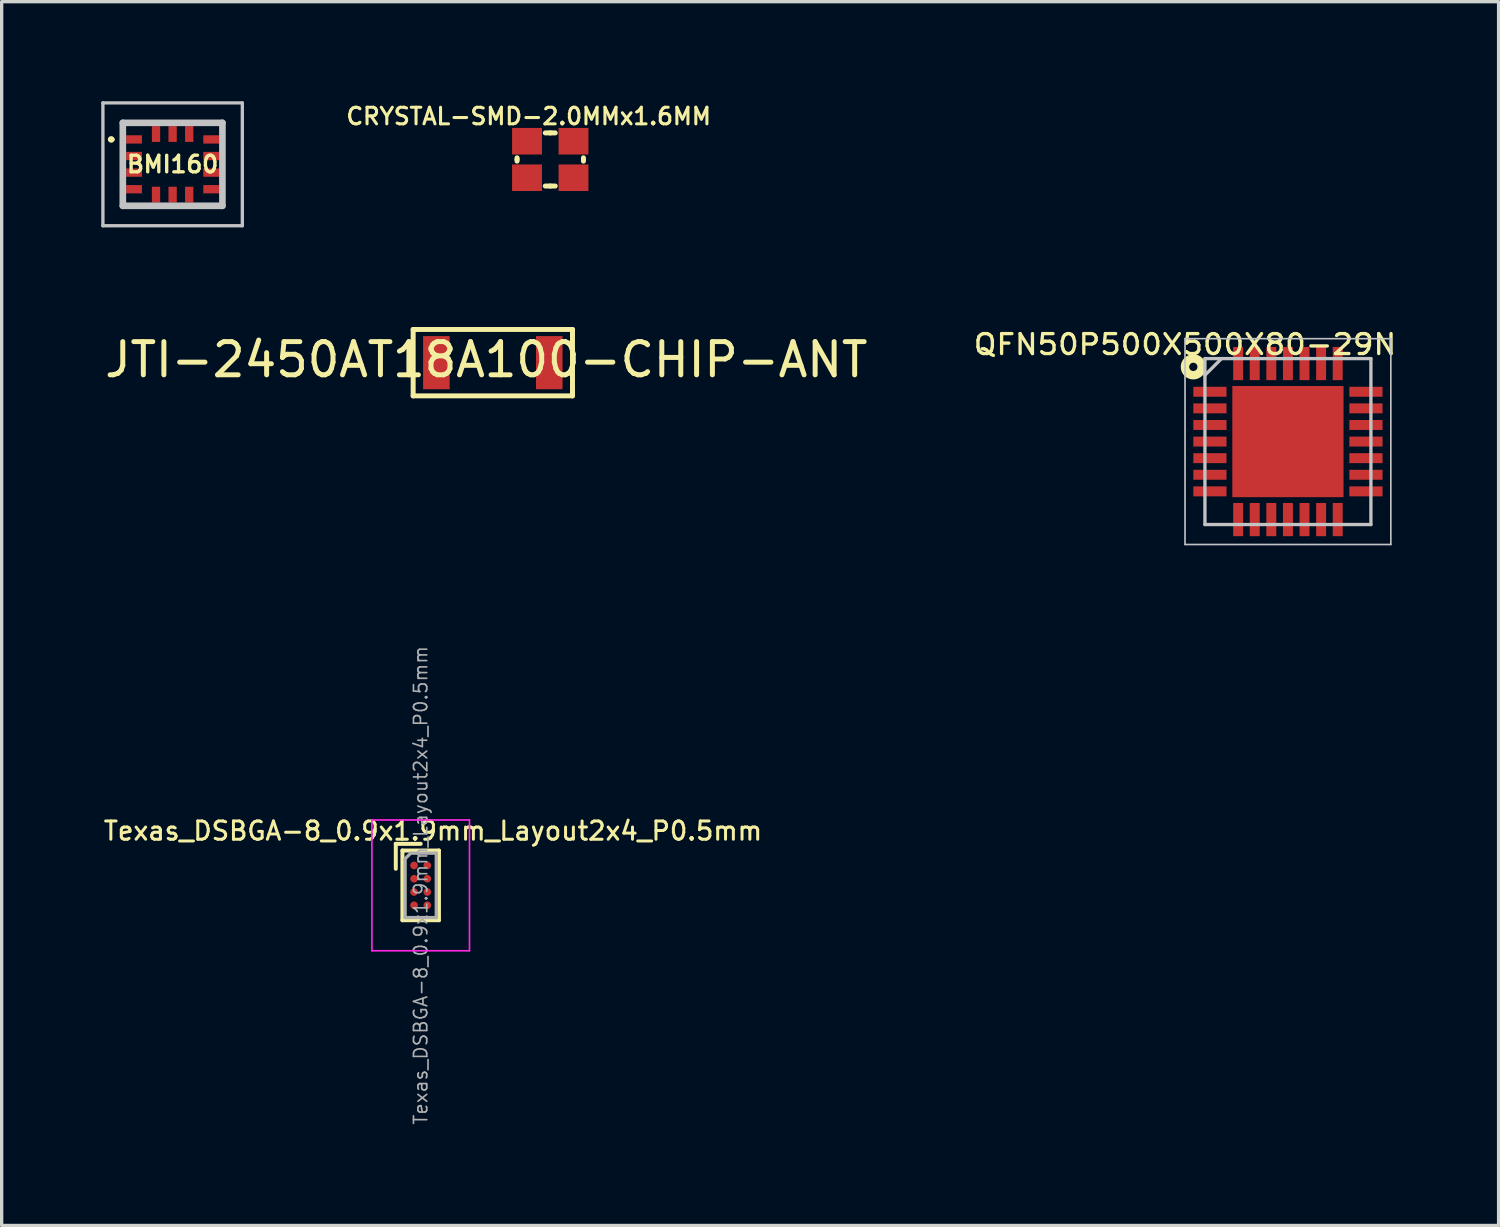
<source format=kicad_pcb>
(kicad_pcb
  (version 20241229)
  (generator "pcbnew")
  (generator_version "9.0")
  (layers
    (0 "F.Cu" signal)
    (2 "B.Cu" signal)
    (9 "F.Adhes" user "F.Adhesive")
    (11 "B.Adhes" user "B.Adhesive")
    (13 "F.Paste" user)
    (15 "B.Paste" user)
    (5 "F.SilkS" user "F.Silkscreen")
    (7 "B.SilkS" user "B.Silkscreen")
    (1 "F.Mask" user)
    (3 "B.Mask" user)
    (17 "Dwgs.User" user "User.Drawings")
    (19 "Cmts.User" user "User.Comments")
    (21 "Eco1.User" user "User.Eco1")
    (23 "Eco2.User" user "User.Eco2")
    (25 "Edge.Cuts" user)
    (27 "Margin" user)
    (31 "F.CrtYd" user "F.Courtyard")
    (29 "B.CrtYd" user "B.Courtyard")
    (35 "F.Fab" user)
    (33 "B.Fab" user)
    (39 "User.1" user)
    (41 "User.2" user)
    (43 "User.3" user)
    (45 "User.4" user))
  (footprint "CRYSTAL-SMD-2.0MMx1.6MM"
    (layer "F.Cu")
    (at 13.526 1.754)
    (property "Reference" "CRYSTAL-SMD-2.0MMx1.6MM" (at -0.65 -1.3 0) (layer "F.SilkS") (effects (font (size 0.5 0.5) (thickness 0.092))))
    (attr through_hole)
    (fp_line (start -1 0) (end -1 -0.05) (stroke (width 0.15) (type solid)) (layer "F.SilkS"))
    (fp_line (start -1 0) (end -1 0.05) (stroke (width 0.15) (type solid)) (layer "F.SilkS"))
    (fp_line (start 0 -0.8) (end -0.15 -0.8) (stroke (width 0.15) (type solid)) (layer "F.SilkS"))
    (fp_line (start 0 -0.8) (end 0.15 -0.8) (stroke (width 0.15) (type solid)) (layer "F.SilkS"))
    (fp_line (start 0 0.8) (end -0.15 0.8) (stroke (width 0.15) (type solid)) (layer "F.SilkS"))
    (fp_line (start 0 0.8) (end 0.15 0.8) (stroke (width 0.15) (type solid)) (layer "F.SilkS"))
    (fp_line (start 1 0) (end 1 -0.05) (stroke (width 0.15) (type solid)) (layer "F.SilkS"))
    (fp_line (start 1 0) (end 1 0.05) (stroke (width 0.15) (type solid)) (layer "F.SilkS"))
    (pad "1" smd rect (at -0.7 0.55) (size 0.9 0.8) (layers "F.Cu" "F.Mask" "F.Paste"))
    (pad "2" smd rect (at 0.7 0.55) (size 0.9 0.8) (layers "F.Cu" "F.Mask" "F.Paste"))
    (pad "3" smd rect (at 0.7 -0.55) (size 0.9 0.8) (layers "F.Cu" "F.Mask" "F.Paste"))
    (pad "4" smd rect (at -0.7 -0.55) (size 0.9 0.8) (layers "F.Cu" "F.Mask" "F.Paste")))
  (footprint "QFN50P500X500X80-29N"
    (layer "F.Cu")
    (at 35.748 10.252)
    (property "Reference" "QFN50P500X500X80-29N" (at -3.1 -2.925 180) (layer "F.SilkS") (effects (font (size 0.6 0.65) (thickness 0.1))))
    (attr smd)
    (fp_circle (center -2.85 -2.25) (end -2.725 -2.25) (stroke (width 0.254) (type solid)) (fill no) (layer "F.SilkS"))
    (fp_line (start -3.1 -3.1) (end 3.1 -3.1) (stroke (width 0.05) (type solid)) (layer "Dwgs.User"))
    (fp_line (start -3.1 3.1) (end -3.1 -3.1) (stroke (width 0.05) (type solid)) (layer "Dwgs.User"))
    (fp_line (start -2.5 -2.5) (end 2.5 -2.5) (stroke (width 0.1) (type solid)) (layer "Dwgs.User"))
    (fp_line (start -2.5 -2) (end -2 -2.5) (stroke (width 0.1) (type solid)) (layer "Dwgs.User"))
    (fp_line (start -2.5 2.5) (end -2.5 -2.5) (stroke (width 0.1) (type solid)) (layer "Dwgs.User"))
    (fp_line (start 2.5 -2.5) (end 2.5 2.5) (stroke (width 0.1) (type solid)) (layer "Dwgs.User"))
    (fp_line (start 2.5 2.5) (end -2.5 2.5) (stroke (width 0.1) (type solid)) (layer "Dwgs.User"))
    (fp_line (start 3.1 -3.1) (end 3.1 3.1) (stroke (width 0.05) (type solid)) (layer "Dwgs.User"))
    (fp_line (start 3.1 3.1) (end -3.1 3.1) (stroke (width 0.05) (type solid)) (layer "Dwgs.User"))
    (pad "1" smd rect (at -2.35 -1.5 90) (size 0.3 1) (layers "F.Cu" "F.Mask" "F.Paste"))
    (pad "2" smd rect (at -2.35 -1 90) (size 0.3 1) (layers "F.Cu" "F.Mask" "F.Paste"))
    (pad "3" smd rect (at -2.35 -0.5 90) (size 0.3 1) (layers "F.Cu" "F.Mask" "F.Paste"))
    (pad "4" smd rect (at -2.35 0 90) (size 0.3 1) (layers "F.Cu" "F.Mask" "F.Paste"))
    (pad "5" smd rect (at -2.35 0.5 90) (size 0.3 1) (layers "F.Cu" "F.Mask" "F.Paste"))
    (pad "6" smd rect (at -2.35 1 90) (size 0.3 1) (layers "F.Cu" "F.Mask" "F.Paste"))
    (pad "7" smd rect (at -2.35 1.5 90) (size 0.3 1) (layers "F.Cu" "F.Mask" "F.Paste"))
    (pad "8" smd rect (at -1.5 2.35) (size 0.3 1) (layers "F.Cu" "F.Mask" "F.Paste"))
    (pad "9" smd rect (at -1 2.35) (size 0.3 1) (layers "F.Cu" "F.Mask" "F.Paste"))
    (pad "10" smd rect (at -0.5 2.35) (size 0.3 1) (layers "F.Cu" "F.Mask" "F.Paste"))
    (pad "11" smd rect (at 0 2.35) (size 0.3 1) (layers "F.Cu" "F.Mask" "F.Paste"))
    (pad "12" smd rect (at 0.5 2.35) (size 0.3 1) (layers "F.Cu" "F.Mask" "F.Paste"))
    (pad "13" smd rect (at 1 2.35) (size 0.3 1) (layers "F.Cu" "F.Mask" "F.Paste"))
    (pad "14" smd rect (at 1.5 2.35) (size 0.3 1) (layers "F.Cu" "F.Mask" "F.Paste"))
    (pad "15" smd rect (at 2.35 1.5 90) (size 0.3 1) (layers "F.Cu" "F.Mask" "F.Paste"))
    (pad "16" smd rect (at 2.35 1 90) (size 0.3 1) (layers "F.Cu" "F.Mask" "F.Paste"))
    (pad "17" smd rect (at 2.35 0.5 90) (size 0.3 1) (layers "F.Cu" "F.Mask" "F.Paste"))
    (pad "18" smd rect (at 2.35 0 90) (size 0.3 1) (layers "F.Cu" "F.Mask" "F.Paste"))
    (pad "19" smd rect (at 2.35 -0.5 90) (size 0.3 1) (layers "F.Cu" "F.Mask" "F.Paste"))
    (pad "20" smd rect (at 2.35 -1 90) (size 0.3 1) (layers "F.Cu" "F.Mask" "F.Paste"))
    (pad "21" smd rect (at 2.35 -1.5 90) (size 0.3 1) (layers "F.Cu" "F.Mask" "F.Paste"))
    (pad "22" smd rect (at 1.5 -2.35) (size 0.3 1) (layers "F.Cu" "F.Mask" "F.Paste"))
    (pad "23" smd rect (at 1 -2.35) (size 0.3 1) (layers "F.Cu" "F.Mask" "F.Paste"))
    (pad "24" smd rect (at 0.5 -2.35) (size 0.3 1) (layers "F.Cu" "F.Mask" "F.Paste"))
    (pad "25" smd rect (at 0 -2.35) (size 0.3 1) (layers "F.Cu" "F.Mask" "F.Paste"))
    (pad "26" smd rect (at -0.5 -2.35) (size 0.3 1) (layers "F.Cu" "F.Mask" "F.Paste"))
    (pad "27" smd rect (at -1 -2.35) (size 0.3 1) (layers "F.Cu" "F.Mask" "F.Paste"))
    (pad "28" smd rect (at -1.5 -2.35) (size 0.3 1) (layers "F.Cu" "F.Mask" "F.Paste"))
    (pad "29" smd rect (at 0 0) (size 3.35 3.35) (layers "F.Cu" "F.Mask" "F.Paste")))
  (footprint "JTI-2450AT18A100-CHIP-ANT"
    (layer "F.Cu")
    (at 11.796 7.875)
    (property "Reference" "JTI-2450AT18A100-CHIP-ANT" (at -0.195 -0.089 0) (layer "F.SilkS") (effects (font (size 1 1) (thickness 0.15))))
    (attr through_hole)
    (fp_line (start -2.4 -1) (end -2.3 -1) (stroke (width 0.15) (type solid)) (layer "F.SilkS"))
    (fp_line (start -2.4 1) (end -2.4 -1) (stroke (width 0.15) (type solid)) (layer "F.SilkS"))
    (fp_line (start -2.3 -1) (end 2.4 -1) (stroke (width 0.15) (type solid)) (layer "F.SilkS"))
    (fp_line (start 2.4 -1) (end 2.4 1) (stroke (width 0.15) (type solid)) (layer "F.SilkS"))
    (fp_line (start 2.4 1) (end -2.4 1) (stroke (width 0.15) (type solid)) (layer "F.SilkS"))
    (pad "1" smd rect (at -1.7 0) (size 0.8 1.6) (layers "F.Cu" "F.Mask" "F.Paste"))
    (pad "2" smd rect (at 1.7 0) (size 0.8 1.6) (layers "F.Cu" "F.Mask" "F.Paste")))
  (footprint "BMI160"
    (layer "F.Cu")
    (at 2.15 1.9)
    (property "Reference" "BMI160" (at 0 0 0) (layer "F.SilkS") (effects (font (size 0.5 0.5) (thickness 0.1))))
    (attr smd)
    (fp_line (start -1.9 -0.75) (end -1.9 -0.75) (stroke (width 0.1) (type solid)) (layer "F.SilkS"))
    (fp_line (start -1.8 -0.75) (end -1.8 -0.75) (stroke (width 0.1) (type solid)) (layer "F.SilkS"))
    (fp_line (start -1.5 -1.25) (end -1.4 -1.25) (stroke (width 0.1) (type solid)) (layer "F.SilkS"))
    (fp_line (start -1.5 -1.1) (end -1.5 -1.25) (stroke (width 0.1) (type solid)) (layer "F.SilkS"))
    (fp_line (start -1.5 1.1) (end -1.5 1.25) (stroke (width 0.1) (type solid)) (layer "F.SilkS"))
    (fp_line (start -1.5 1.25) (end -1.4 1.25) (stroke (width 0.1) (type solid)) (layer "F.SilkS"))
    (fp_line (start 1.5 -1.25) (end 1.4 -1.25) (stroke (width 0.1) (type solid)) (layer "F.SilkS"))
    (fp_line (start 1.5 -1.1) (end 1.5 -1.25) (stroke (width 0.1) (type solid)) (layer "F.SilkS"))
    (fp_line (start 1.5 1.1) (end 1.5 1.25) (stroke (width 0.1) (type solid)) (layer "F.SilkS"))
    (fp_line (start 1.5 1.25) (end 1.4 1.25) (stroke (width 0.1) (type solid)) (layer "F.SilkS"))
    (fp_arc (start -1.9 -0.75) (mid -1.85 -0.8) (end -1.8 -0.75) (stroke (width 0.1) (type solid)) (layer "F.SilkS"))
    (fp_arc (start -1.8 -0.75) (mid -1.85 -0.7) (end -1.9 -0.75) (stroke (width 0.1) (type solid)) (layer "F.SilkS"))
    (fp_line (start -2.1 -1.85) (end 2.1 -1.85) (stroke (width 0.1) (type solid)) (layer "Dwgs.User"))
    (fp_line (start -2.1 1.85) (end -2.1 -1.85) (stroke (width 0.1) (type solid)) (layer "Dwgs.User"))
    (fp_line (start -1.5 -1.25) (end 1.5 -1.25) (stroke (width 0.2) (type solid)) (layer "Dwgs.User"))
    (fp_line (start -1.5 1.25) (end -1.5 -1.25) (stroke (width 0.2) (type solid)) (layer "Dwgs.User"))
    (fp_line (start 1.5 -1.25) (end 1.5 1.25) (stroke (width 0.2) (type solid)) (layer "Dwgs.User"))
    (fp_line (start 1.5 1.25) (end -1.5 1.25) (stroke (width 0.2) (type solid)) (layer "Dwgs.User"))
    (fp_line (start 2.1 -1.85) (end 2.1 1.85) (stroke (width 0.1) (type solid)) (layer "Dwgs.User"))
    (fp_line (start 2.1 1.85) (end -2.1 1.85) (stroke (width 0.1) (type solid)) (layer "Dwgs.User"))
    (pad "1" smd rect (at -1.162 -0.75 90) (size 0.25 0.475) (layers "F.Cu" "F.Mask" "F.Paste"))
    (pad "2" smd rect (at -1.162 -0.25 90) (size 0.25 0.475) (layers "F.Cu" "F.Mask" "F.Paste"))
    (pad "3" smd rect (at -1.162 0.25 90) (size 0.25 0.475) (layers "F.Cu" "F.Mask" "F.Paste"))
    (pad "4" smd rect (at -1.162 0.75 90) (size 0.25 0.475) (layers "F.Cu" "F.Mask" "F.Paste"))
    (pad "5" smd rect (at -0.5 0.912) (size 0.25 0.475) (layers "F.Cu" "F.Mask" "F.Paste"))
    (pad "6" smd rect (at 0 0.912) (size 0.25 0.475) (layers "F.Cu" "F.Mask" "F.Paste"))
    (pad "7" smd rect (at 0.5 0.912) (size 0.25 0.475) (layers "F.Cu" "F.Mask" "F.Paste"))
    (pad "8" smd rect (at 1.162 0.75 90) (size 0.25 0.475) (layers "F.Cu" "F.Mask" "F.Paste"))
    (pad "9" smd rect (at 1.162 0.25 90) (size 0.25 0.475) (layers "F.Cu" "F.Mask" "F.Paste"))
    (pad "10" smd rect (at 1.162 -0.25 90) (size 0.25 0.475) (layers "F.Cu" "F.Mask" "F.Paste"))
    (pad "11" smd rect (at 1.162 -0.75 90) (size 0.25 0.475) (layers "F.Cu" "F.Mask" "F.Paste"))
    (pad "12" smd rect (at 0.5 -0.912) (size 0.25 0.475) (layers "F.Cu" "F.Mask" "F.Paste"))
    (pad "13" smd rect (at 0 -0.912) (size 0.25 0.475) (layers "F.Cu" "F.Mask" "F.Paste"))
    (pad "14" smd rect (at -0.5 -0.912) (size 0.25 0.475) (layers "F.Cu" "F.Mask" "F.Paste")))
  (footprint "Texas_DSBGA-8_0.9x1.9mm_Layout2x4_P0.5mm"
    (layer "F.Cu")
    (at 9.623 23.621)
    (property "Reference" "Texas_DSBGA-8_0.9x1.9mm_Layout2x4_P0.5mm" (at 0.37 -1.64 0) (layer "F.SilkS") (effects (font (size 0.55 0.55) (thickness 0.09))))
    (attr smd)
    (fp_line (start -0.75 -1.25) (end -0.75 -1.25) (stroke (width 0.12) (type solid)) (layer "F.SilkS"))
    (fp_line (start -0.75 -1.25) (end -0.75 -0.5) (stroke (width 0.12) (type solid)) (layer "F.SilkS"))
    (fp_line (start -0.55 -1.05) (end -0.55 1.05) (stroke (width 0.12) (type solid)) (layer "F.SilkS"))
    (fp_line (start -0.55 1.05) (end 0.55 1.05) (stroke (width 0.12) (type solid)) (layer "F.SilkS"))
    (fp_line (start 0 -1.25) (end -0.75 -1.25) (stroke (width 0.12) (type solid)) (layer "F.SilkS"))
    (fp_line (start 0.55 -1.05) (end -0.55 -1.05) (stroke (width 0.12) (type solid)) (layer "F.SilkS"))
    (fp_line (start 0.55 -1.05) (end 0.55 1.05) (stroke (width 0.12) (type solid)) (layer "F.SilkS"))
    (fp_line (start -1.47 -1.97) (end -1.47 1.97) (stroke (width 0.05) (type solid)) (layer "F.CrtYd"))
    (fp_line (start -1.47 1.97) (end 1.47 1.97) (stroke (width 0.05) (type solid)) (layer "F.CrtYd"))
    (fp_line (start 1.47 -1.97) (end -1.47 -1.97) (stroke (width 0.05) (type solid)) (layer "F.CrtYd"))
    (fp_line (start 1.47 1.97) (end 1.47 -1.97) (stroke (width 0.05) (type solid)) (layer "F.CrtYd"))
    (fp_line (start -0.47 -0.8) (end -0.47 0.97) (stroke (width 0.1) (type solid)) (layer "F.Fab"))
    (fp_line (start -0.47 -0.8) (end -0.3 -0.97) (stroke (width 0.1) (type solid)) (layer "F.Fab"))
    (fp_line (start -0.47 0.97) (end 0.47 0.97) (stroke (width 0.1) (type solid)) (layer "F.Fab"))
    (fp_line (start 0.47 -0.97) (end -0.3 -0.97) (stroke (width 0.1) (type solid)) (layer "F.Fab"))
    (fp_line (start 0.47 0.97) (end 0.47 -0.97) (stroke (width 0.1) (type solid)) (layer "F.Fab"))
    (fp_text user "${REFERENCE}" (at 0 0 90) (layer "F.Fab") (effects (font (size 0.4 0.4) (thickness 0.05))))
    (pad "A1" smd circle (at -0.2 -0.6) (size 0.23 0.23) (layers "F.Cu" "F.Mask"))
    (pad "A2" smd circle (at 0.2 -0.6) (size 0.23 0.23) (layers "F.Cu" "F.Mask"))
    (pad "B1" smd circle (at -0.2 -0.2) (size 0.23 0.23) (layers "F.Cu" "F.Mask"))
    (pad "B2" smd circle (at 0.2 -0.2) (size 0.23 0.23) (layers "F.Cu" "F.Mask"))
    (pad "C1" smd circle (at -0.2 0.2) (size 0.23 0.23) (layers "F.Cu" "F.Mask"))
    (pad "C2" smd circle (at 0.2 0.2) (size 0.23 0.23) (layers "F.Cu" "F.Mask"))
    (pad "D1" smd circle (at -0.2 0.6) (size 0.23 0.23) (layers "F.Cu" "F.Mask"))
    (pad "D2" smd circle (at 0.2 0.6) (size 0.23 0.23) (layers "F.Cu" "F.Mask")))
  (gr_rect
    (start -3 -3)
    (end 42.094 33.866)
    (stroke (width 0.1) (type default))
    (fill no)
    (layer "Edge.Cuts")))
</source>
